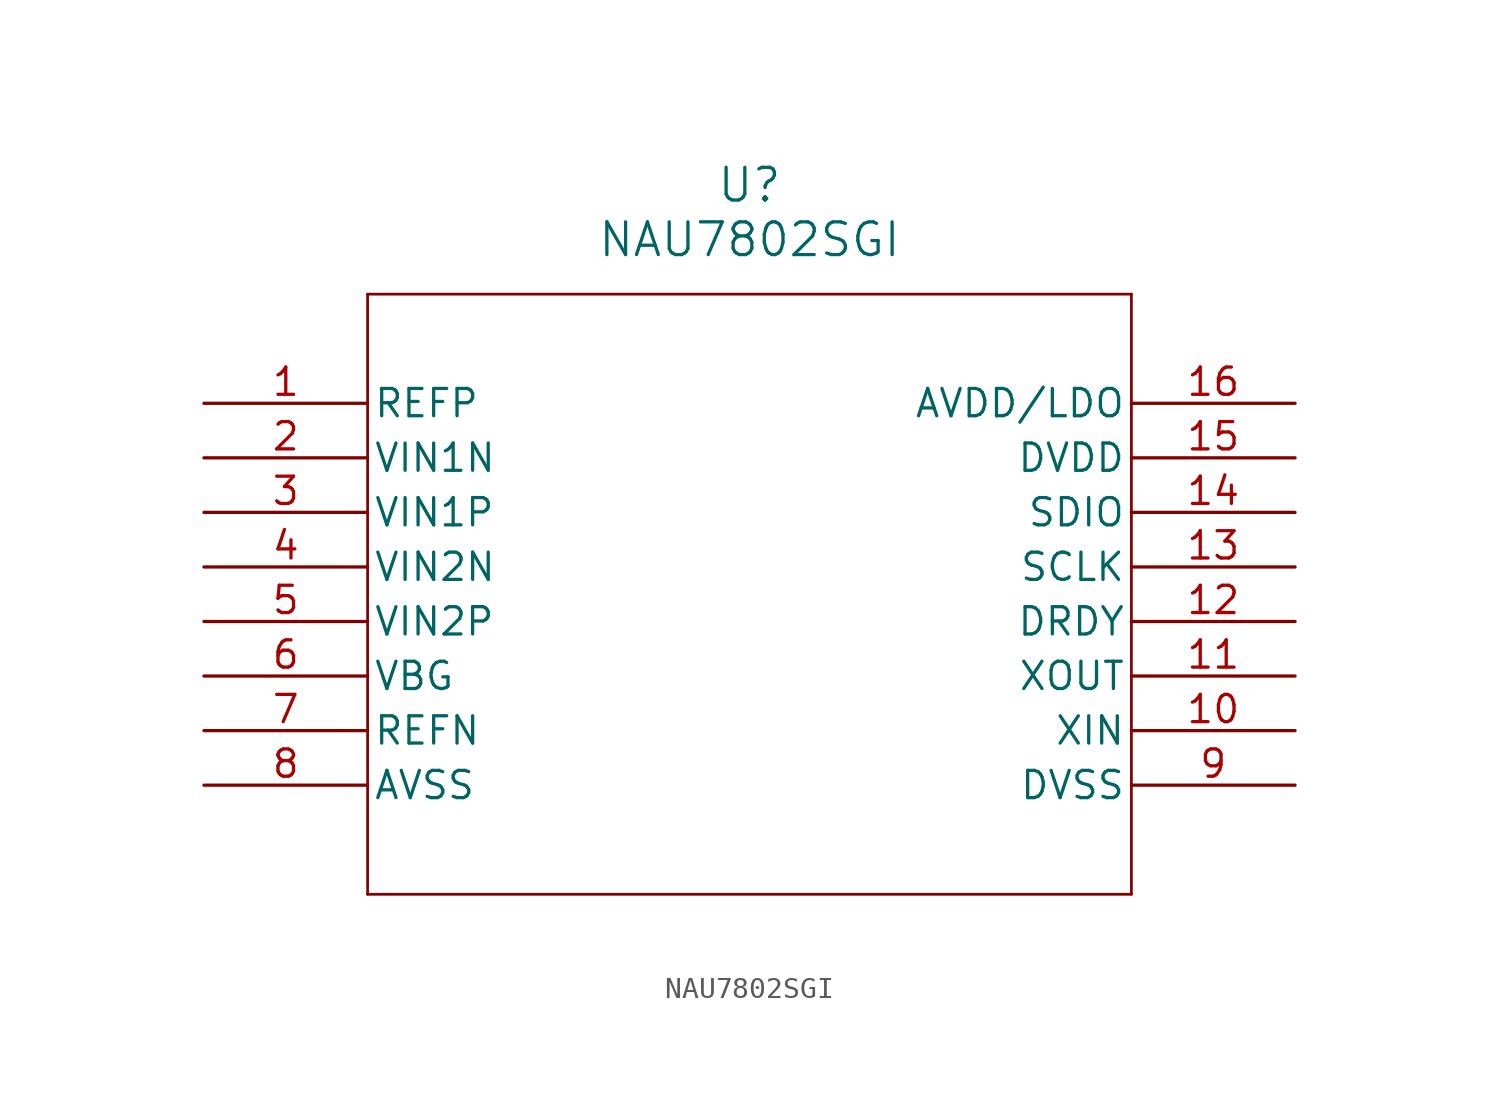
<source format=kicad_sym>
(kicad_symbol_lib
  (version 20220914)
  (generator kicad_symbol_editor)
  (symbol "NAU7802SGI"
    (pin_names
      (offset 0.254))
    (property "Reference" "U"
      (at 25.4 10.16 0)
      (effects (font (size 1.524 1.524))))
    (property "Value" "NAU7802SGI"
      (at 25.4 7.62 0)
      (effects (font (size 1.524 1.524))))
    (property "ki_locked" ""
      (at 0 0 0)
      (effects (font (size 1.27 1.27))))
    (symbol "NAU7802SGI_0_1"
      (polyline (pts (xy 7.62 -22.86) (xy 43.18 -22.86)) (stroke (width 0.127) (type default)) (fill (type none)))
      (polyline (pts (xy 7.62 5.08) (xy 7.62 -22.86)) (stroke (width 0.127) (type default)) (fill (type none)))
      (polyline (pts (xy 43.18 -22.86) (xy 43.18 5.08)) (stroke (width 0.127) (type default)) (fill (type none)))
      (polyline (pts (xy 43.18 5.08) (xy 7.62 5.08)) (stroke (width 0.127) (type default)) (fill (type none)))
      (pin output line (at 50.8 -12.7 180) (length 7.62) (name "XOUT" (effects (font (size 1.27 1.27)))) (number "11" (effects (font (size 1.27 1.27)))))
      (pin power_in line (at 50.8 -2.54 180) (length 7.62) (name "DVDD" (effects (font (size 1.27 1.27)))) (number "15" (effects (font (size 1.27 1.27)))))
      (pin power_in line (at 50.8 0 180) (length 7.62) (name "AVDD/LDO" (effects (font (size 1.27 1.27)))) (number "16" (effects (font (size 1.27 1.27)))))
      (pin input line (at 0 -2.54 0) (length 7.62) (name "VIN1N" (effects (font (size 1.27 1.27)))) (number "2" (effects (font (size 1.27 1.27)))))
      (pin input line (at 0 -5.08 0) (length 7.62) (name "VIN1P" (effects (font (size 1.27 1.27)))) (number "3" (effects (font (size 1.27 1.27)))))
      (pin input line (at 0 -7.62 0) (length 7.62) (name "VIN2N" (effects (font (size 1.27 1.27)))) (number "4" (effects (font (size 1.27 1.27)))))
      (pin input line (at 0 -10.16 0) (length 7.62) (name "VIN2P" (effects (font (size 1.27 1.27)))) (number "5" (effects (font (size 1.27 1.27)))))
      (pin power_out line (at 0 -17.78 0) (length 7.62) (name "AVSS" (effects (font (size 1.27 1.27)))) (number "8" (effects (font (size 1.27 1.27)))))
      (pin power_out line (at 50.8 -17.78 180) (length 7.62) (name "DVSS" (effects (font (size 1.27 1.27)))) (number "9" (effects (font (size 1.27 1.27))))))
    (symbol "NAU7802SGI_1_1"
      (pin passive line (at 0 0 0) (length 7.62) (name "REFP" (effects (font (size 1.27 1.27)))) (number "1" (effects (font (size 1.27 1.27)))))
      (pin passive line (at 50.8 -15.24 180) (length 7.62) (name "XIN" (effects (font (size 1.27 1.27)))) (number "10" (effects (font (size 1.27 1.27)))))
      (pin passive line (at 50.8 -10.16 180) (length 7.62) (name "DRDY" (effects (font (size 1.27 1.27)))) (number "12" (effects (font (size 1.27 1.27)))))
      (pin passive line (at 50.8 -7.62 180) (length 7.62) (name "SCLK" (effects (font (size 1.27 1.27)))) (number "13" (effects (font (size 1.27 1.27)))))
      (pin passive line (at 50.8 -5.08 180) (length 7.62) (name "SDIO" (effects (font (size 1.27 1.27)))) (number "14" (effects (font (size 1.27 1.27)))))
      (pin passive line (at 0 -12.7 0) (length 7.62) (name "VBG" (effects (font (size 1.27 1.27)))) (number "6" (effects (font (size 1.27 1.27)))))
      (pin passive line (at 0 -15.24 0) (length 7.62) (name "REFN" (effects (font (size 1.27 1.27)))) (number "7" (effects (font (size 1.27 1.27))))))))
</source>
